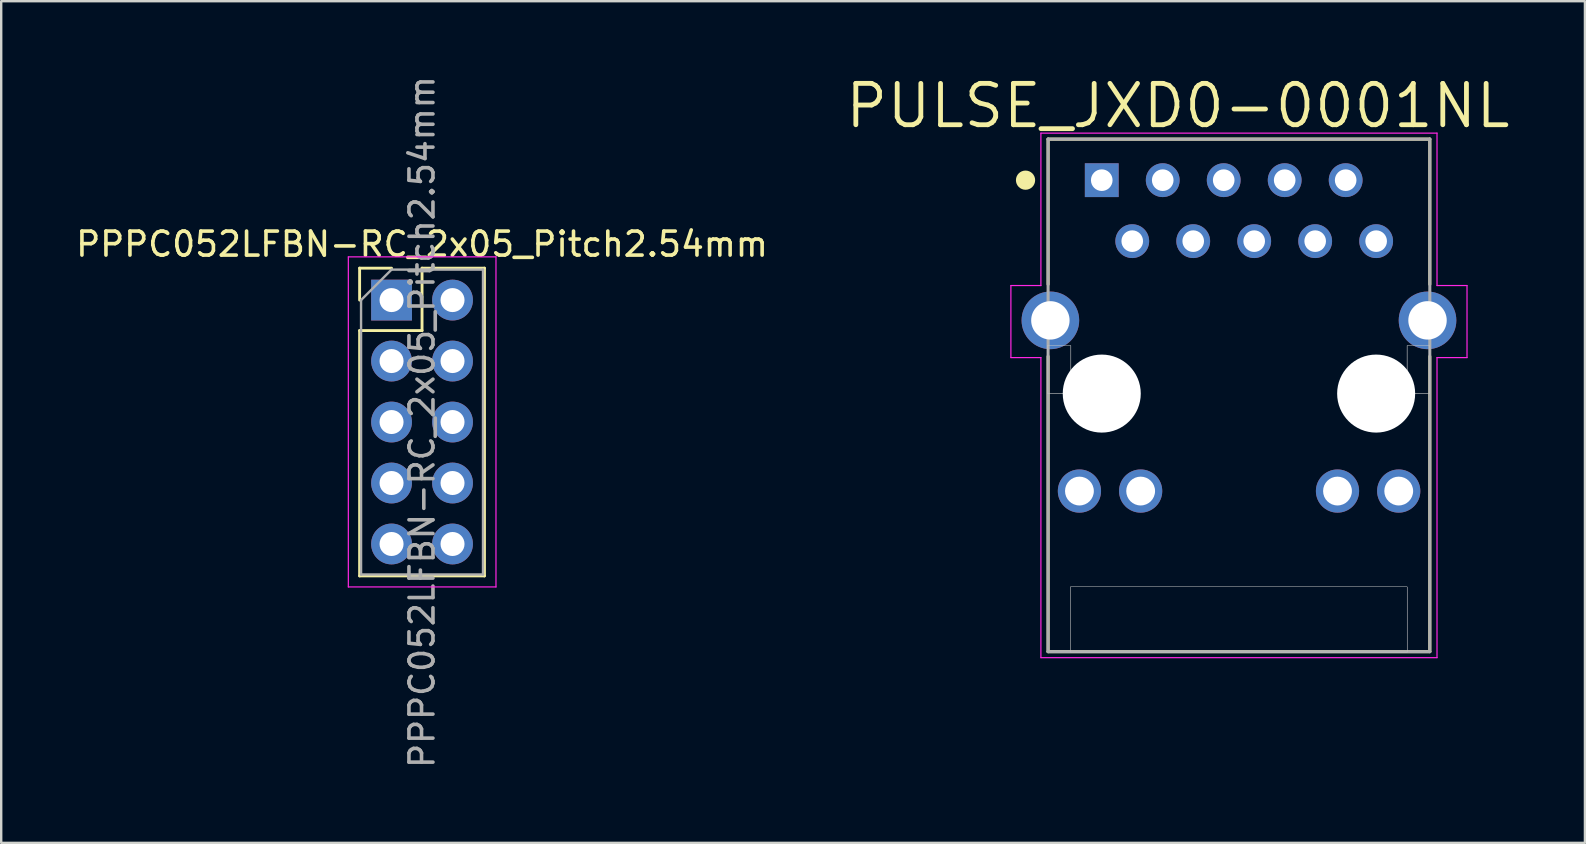
<source format=kicad_pcb>
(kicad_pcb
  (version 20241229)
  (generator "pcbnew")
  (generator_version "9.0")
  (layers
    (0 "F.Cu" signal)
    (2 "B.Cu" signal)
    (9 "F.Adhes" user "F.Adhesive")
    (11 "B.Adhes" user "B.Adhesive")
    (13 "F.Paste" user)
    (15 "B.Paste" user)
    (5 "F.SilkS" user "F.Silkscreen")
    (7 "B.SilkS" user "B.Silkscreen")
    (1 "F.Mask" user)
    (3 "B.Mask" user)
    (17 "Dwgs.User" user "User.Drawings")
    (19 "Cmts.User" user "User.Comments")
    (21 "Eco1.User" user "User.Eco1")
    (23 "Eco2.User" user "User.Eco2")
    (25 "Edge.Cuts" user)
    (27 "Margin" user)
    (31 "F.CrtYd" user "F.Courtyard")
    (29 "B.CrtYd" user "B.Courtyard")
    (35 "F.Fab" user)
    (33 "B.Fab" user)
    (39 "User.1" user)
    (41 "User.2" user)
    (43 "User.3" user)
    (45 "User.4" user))
  (footprint "PULSE_JXD0-0001NL"
    (layer "F.Cu")
    (at 48.559 13.345)
    (property "Reference" "PULSE_JXD0-0001NL" (at -2.544 -11.986 0) (layer "F.SilkS") (effects (font (size 1.723 1.723) (thickness 0.2))))
    (attr through_hole)
    (fp_line (start -7.95 -10.6) (end 7.95 -10.6) (stroke (width 0.127) (type solid)) (layer "F.SilkS"))
    (fp_line (start -7.95 -4.55) (end -7.95 -10.6) (stroke (width 0.127) (type solid)) (layer "F.SilkS"))
    (fp_line (start -7.95 -1.55) (end -7.95 10.75) (stroke (width 0.127) (type solid)) (layer "F.SilkS"))
    (fp_line (start -7.95 10.75) (end 7.95 10.75) (stroke (width 0.127) (type solid)) (layer "F.SilkS"))
    (fp_line (start 7.95 -10.6) (end 7.95 -4.55) (stroke (width 0.127) (type solid)) (layer "F.SilkS"))
    (fp_line (start 7.95 10.75) (end 7.95 -1.55) (stroke (width 0.127) (type solid)) (layer "F.SilkS"))
    (fp_circle (center -8.89 -8.89) (end -8.69 -8.89) (stroke (width 0.4) (type solid)) (fill no) (layer "F.SilkS"))
    (fp_poly (pts (xy -7.977 -2) (xy -7 -2) (xy -7 0) (xy -7.977 0)) (stroke (width 0.01) (type solid)) (fill no) (layer "Dwgs.User"))
    (fp_poly (pts (xy -7.972 -2) (xy -7 -2) (xy -7 0) (xy -7.972 0)) (stroke (width 0.01) (type solid)) (fill no) (layer "Dwgs.User"))
    (fp_poly (pts (xy -7.958 -2) (xy -7 -2) (xy -7 0) (xy -7.958 0)) (stroke (width 0.01) (type solid)) (fill no) (layer "Dwgs.User"))
    (fp_poly (pts (xy -7.024 8.05) (xy 7.005 8.05) (xy 7.005 10.779) (xy -7.024 10.779)) (stroke (width 0.01) (type solid)) (fill no) (layer "Dwgs.User"))
    (fp_poly (pts (xy -7.022 8.05) (xy 7.005 8.05) (xy 7.005 10.775) (xy -7.022 10.775)) (stroke (width 0.01) (type solid)) (fill no) (layer "Dwgs.User"))
    (fp_poly (pts (xy -7.009 8.05) (xy 7.005 8.05) (xy 7.005 10.757) (xy -7.009 10.757)) (stroke (width 0.01) (type solid)) (fill no) (layer "Dwgs.User"))
    (fp_poly (pts (xy 7.001 -2) (xy 7.95 -2) (xy 7.95 0) (xy 7.001 0)) (stroke (width 0.01) (type solid)) (fill no) (layer "Dwgs.User"))
    (fp_poly (pts (xy 7.003 -2) (xy 7.95 -2) (xy 7.95 0) (xy 7.003 0)) (stroke (width 0.01) (type solid)) (fill no) (layer "Dwgs.User"))
    (fp_poly (pts (xy 7.008 -2) (xy 7.95 -2) (xy 7.95 0) (xy 7.008 0)) (stroke (width 0.01) (type solid)) (fill no) (layer "Dwgs.User"))
    (fp_line (start -9.5 -4.5) (end -9.5 -1.5) (stroke (width 0.05) (type solid)) (layer "F.CrtYd"))
    (fp_line (start -9.5 -1.5) (end -8.25 -1.5) (stroke (width 0.05) (type solid)) (layer "F.CrtYd"))
    (fp_line (start -8.25 -10.85) (end -8.25 -4.5) (stroke (width 0.05) (type solid)) (layer "F.CrtYd"))
    (fp_line (start -8.25 -4.5) (end -9.5 -4.5) (stroke (width 0.05) (type solid)) (layer "F.CrtYd"))
    (fp_line (start -8.25 -1.5) (end -8.25 11) (stroke (width 0.05) (type solid)) (layer "F.CrtYd"))
    (fp_line (start -8.25 11) (end 8.25 11) (stroke (width 0.05) (type solid)) (layer "F.CrtYd"))
    (fp_line (start 8.25 -10.85) (end -8.25 -10.85) (stroke (width 0.05) (type solid)) (layer "F.CrtYd"))
    (fp_line (start 8.25 -4.5) (end 8.25 -10.85) (stroke (width 0.05) (type solid)) (layer "F.CrtYd"))
    (fp_line (start 8.25 -1.5) (end 9.5 -1.5) (stroke (width 0.05) (type solid)) (layer "F.CrtYd"))
    (fp_line (start 8.25 11) (end 8.25 -1.5) (stroke (width 0.05) (type solid)) (layer "F.CrtYd"))
    (fp_line (start 9.5 -4.5) (end 8.25 -4.5) (stroke (width 0.05) (type solid)) (layer "F.CrtYd"))
    (fp_line (start 9.5 -1.5) (end 9.5 -4.5) (stroke (width 0.05) (type solid)) (layer "F.CrtYd"))
    (fp_line (start -7.95 -10.6) (end 7.95 -10.6) (stroke (width 0.127) (type solid)) (layer "F.Fab"))
    (fp_line (start -7.95 10.75) (end -7.95 -10.6) (stroke (width 0.127) (type solid)) (layer "F.Fab"))
    (fp_line (start 7.95 -10.6) (end 7.95 10.75) (stroke (width 0.127) (type solid)) (layer "F.Fab"))
    (fp_line (start 7.95 10.75) (end -7.95 10.75) (stroke (width 0.127) (type solid)) (layer "F.Fab"))
    (pad "" np_thru_hole circle (at -5.715 0) (size 3.25 3.25) (drill 3.25) (layers "*.Cu" "*.Mask"))
    (pad "" np_thru_hole circle (at 5.715 0) (size 3.25 3.25) (drill 3.25) (layers "*.Cu" "*.Mask"))
    (pad "1" thru_hole rect (at -5.715 -8.89) (size 1.408 1.408) (drill 0.9) (layers "*.Cu" "*.Mask"))
    (pad "2" thru_hole circle (at -4.445 -6.35) (size 1.408 1.408) (drill 0.9) (layers "*.Cu" "*.Mask"))
    (pad "3" thru_hole circle (at -3.175 -8.89) (size 1.408 1.408) (drill 0.9) (layers "*.Cu" "*.Mask"))
    (pad "4" thru_hole circle (at -1.905 -6.35) (size 1.408 1.408) (drill 0.9) (layers "*.Cu" "*.Mask"))
    (pad "5" thru_hole circle (at -0.635 -8.89) (size 1.408 1.408) (drill 0.9) (layers "*.Cu" "*.Mask"))
    (pad "6" thru_hole circle (at 0.635 -6.35) (size 1.408 1.408) (drill 0.9) (layers "*.Cu" "*.Mask"))
    (pad "7" thru_hole circle (at 1.905 -8.89) (size 1.408 1.408) (drill 0.9) (layers "*.Cu" "*.Mask"))
    (pad "8" thru_hole circle (at 3.175 -6.35) (size 1.408 1.408) (drill 0.9) (layers "*.Cu" "*.Mask"))
    (pad "9" thru_hole circle (at 4.445 -8.89) (size 1.408 1.408) (drill 0.9) (layers "*.Cu" "*.Mask"))
    (pad "10" thru_hole circle (at 5.715 -6.35) (size 1.408 1.408) (drill 0.9) (layers "*.Cu" "*.Mask"))
    (pad "11" thru_hole circle (at -6.645 4.06) (size 1.8 1.8) (drill 1.2) (layers "*.Cu" "*.Mask"))
    (pad "12" thru_hole circle (at -4.095 4.06) (size 1.8 1.8) (drill 1.2) (layers "*.Cu" "*.Mask"))
    (pad "13" thru_hole circle (at 4.105 4.06) (size 1.8 1.8) (drill 1.2) (layers "*.Cu" "*.Mask"))
    (pad "14" thru_hole circle (at 6.655 4.06) (size 1.8 1.8) (drill 1.2) (layers "*.Cu" "*.Mask"))
    (pad "SH1" thru_hole circle (at -7.855 -3.05) (size 2.4 2.4) (drill 1.6) (layers "*.Cu" "*.Mask"))
    (pad "SH2" thru_hole circle (at 7.855 -3.05) (size 2.4 2.4) (drill 1.6) (layers "*.Cu" "*.Mask")))
  (footprint "PPPC052LFBN-RC_2x05_Pitch2.54mm"
    (layer "F.Cu")
    (at 13.26 9.45)
    (property "Reference" "PPPC052LFBN-RC_2x05_Pitch2.54mm" (at 1.27 -2.33 0) (layer "F.SilkS") (effects (font (size 1 1) (thickness 0.15))))
    (attr through_hole)
    (fp_line (start -1.33 -1.33) (end 0 -1.33) (stroke (width 0.12) (type solid)) (layer "F.SilkS"))
    (fp_line (start -1.33 0) (end -1.33 -1.33) (stroke (width 0.12) (type solid)) (layer "F.SilkS"))
    (fp_line (start -1.33 1.27) (end -1.33 11.49) (stroke (width 0.12) (type solid)) (layer "F.SilkS"))
    (fp_line (start -1.33 1.27) (end 1.27 1.27) (stroke (width 0.12) (type solid)) (layer "F.SilkS"))
    (fp_line (start -1.33 11.49) (end 3.87 11.49) (stroke (width 0.12) (type solid)) (layer "F.SilkS"))
    (fp_line (start 1.27 -1.33) (end 3.87 -1.33) (stroke (width 0.12) (type solid)) (layer "F.SilkS"))
    (fp_line (start 1.27 1.27) (end 1.27 -1.33) (stroke (width 0.12) (type solid)) (layer "F.SilkS"))
    (fp_line (start 3.87 -1.33) (end 3.87 11.49) (stroke (width 0.12) (type solid)) (layer "F.SilkS"))
    (fp_line (start -1.8 -1.8) (end -1.8 11.95) (stroke (width 0.05) (type solid)) (layer "F.CrtYd"))
    (fp_line (start -1.8 11.95) (end 4.35 11.95) (stroke (width 0.05) (type solid)) (layer "F.CrtYd"))
    (fp_line (start 4.35 -1.8) (end -1.8 -1.8) (stroke (width 0.05) (type solid)) (layer "F.CrtYd"))
    (fp_line (start 4.35 11.95) (end 4.35 -1.8) (stroke (width 0.05) (type solid)) (layer "F.CrtYd"))
    (fp_line (start -1.27 0) (end 0 -1.27) (stroke (width 0.1) (type solid)) (layer "F.Fab"))
    (fp_line (start -1.27 11.43) (end -1.27 0) (stroke (width 0.1) (type solid)) (layer "F.Fab"))
    (fp_line (start 0 -1.27) (end 3.81 -1.27) (stroke (width 0.1) (type solid)) (layer "F.Fab"))
    (fp_line (start 3.81 -1.27) (end 3.81 11.43) (stroke (width 0.1) (type solid)) (layer "F.Fab"))
    (fp_line (start 3.81 11.43) (end -1.27 11.43) (stroke (width 0.1) (type solid)) (layer "F.Fab"))
    (fp_text user "${REFERENCE}" (at 1.27 5.08 90) (layer "F.Fab") (effects (font (size 1 1) (thickness 0.15))))
    (pad "1" thru_hole rect (at 0 0) (size 1.7 1.7) (drill 1) (layers "*.Cu" "*.Mask"))
    (pad "2" thru_hole oval (at 2.54 0) (size 1.7 1.7) (drill 1) (layers "*.Cu" "*.Mask"))
    (pad "3" thru_hole oval (at 0 2.54) (size 1.7 1.7) (drill 1) (layers "*.Cu" "*.Mask"))
    (pad "4" thru_hole oval (at 2.54 2.54) (size 1.7 1.7) (drill 1) (layers "*.Cu" "*.Mask"))
    (pad "5" thru_hole oval (at 0 5.08) (size 1.7 1.7) (drill 1) (layers "*.Cu" "*.Mask"))
    (pad "6" thru_hole oval (at 2.54 5.08) (size 1.7 1.7) (drill 1) (layers "*.Cu" "*.Mask"))
    (pad "7" thru_hole oval (at 0 7.62) (size 1.7 1.7) (drill 1) (layers "*.Cu" "*.Mask"))
    (pad "8" thru_hole oval (at 2.54 7.62) (size 1.7 1.7) (drill 1) (layers "*.Cu" "*.Mask"))
    (pad "9" thru_hole oval (at 0 10.16) (size 1.7 1.7) (drill 1) (layers "*.Cu" "*.Mask"))
    (pad "10" thru_hole oval (at 2.54 10.16) (size 1.7 1.7) (drill 1) (layers "*.Cu" "*.Mask")))
  (gr_rect
    (start -3 -3)
    (end 62.971 32.06)
    (stroke (width 0.1) (type default))
    (fill no)
    (layer "Edge.Cuts")))
</source>
